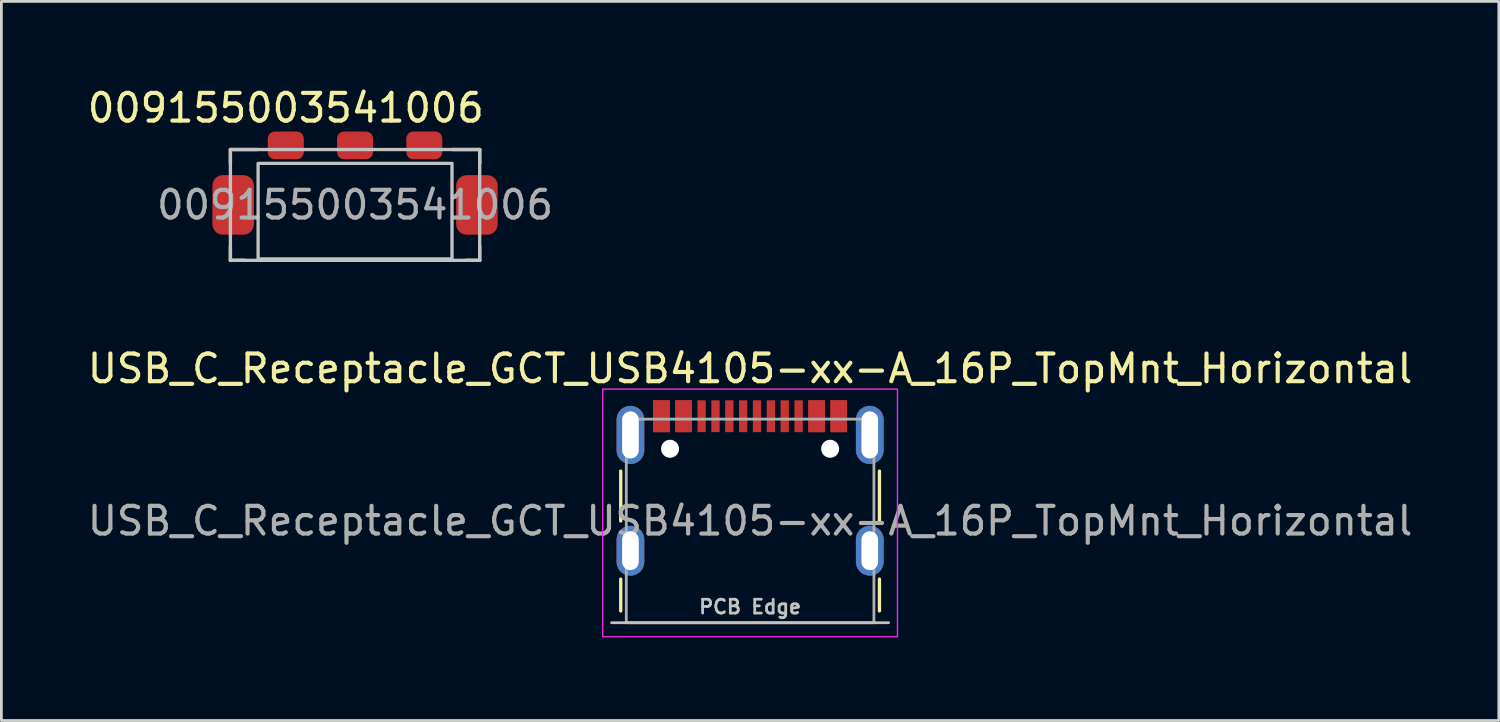
<source format=kicad_pcb>
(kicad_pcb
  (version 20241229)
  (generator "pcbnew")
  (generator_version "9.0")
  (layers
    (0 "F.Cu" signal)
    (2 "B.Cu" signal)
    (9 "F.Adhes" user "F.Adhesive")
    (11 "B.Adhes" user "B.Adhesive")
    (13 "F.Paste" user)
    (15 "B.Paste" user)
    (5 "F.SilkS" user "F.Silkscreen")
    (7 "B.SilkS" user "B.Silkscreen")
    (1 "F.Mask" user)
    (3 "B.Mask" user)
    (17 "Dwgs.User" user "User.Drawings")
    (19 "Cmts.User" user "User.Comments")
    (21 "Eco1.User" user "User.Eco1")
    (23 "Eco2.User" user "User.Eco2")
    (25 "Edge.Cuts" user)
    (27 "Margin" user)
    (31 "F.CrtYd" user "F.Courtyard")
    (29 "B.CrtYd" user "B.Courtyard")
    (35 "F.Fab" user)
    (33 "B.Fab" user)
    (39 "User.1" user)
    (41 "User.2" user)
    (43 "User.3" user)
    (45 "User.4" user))
  (footprint "USB_C_Receptacle_GCT_USB4105-xx-A_16P_TopMnt_Horizontal"
    (layer "F.Cu")
    (at 24.03 15.757)
    (property "Reference" "USB_C_Receptacle_GCT_USB4105-xx-A_16P_TopMnt_Horizontal" (at 0 -5.5 0) (unlocked yes) (layer "F.SilkS") (effects (font (size 1 1) (thickness 0.15))))
    (attr smd)
    (fp_line (start -4.67 0) (end -4.67 -1.8) (stroke (width 0.12) (type solid)) (layer "F.SilkS"))
    (fp_line (start -4.67 2.1) (end -4.67 3.25) (stroke (width 0.12) (type solid)) (layer "F.SilkS"))
    (fp_line (start 4.67 0) (end 4.67 -1.8) (stroke (width 0.12) (type solid)) (layer "F.SilkS"))
    (fp_line (start 4.67 2.1) (end 4.67 3.25) (stroke (width 0.12) (type solid)) (layer "F.SilkS"))
    (fp_line (start 5 3.675) (end -5 3.675) (stroke (width 0.1) (type solid)) (layer "Dwgs.User"))
    (fp_rect (start -5.32 -4.76) (end 5.32 4.18) (stroke (width 0.05) (type solid)) (fill no) (layer "F.CrtYd"))
    (fp_rect (start -4.47 -3.675) (end 4.47 3.675) (stroke (width 0.1) (type solid)) (fill no) (layer "F.Fab"))
    (fp_text user "PCB Edge" (at 0 3.1 0) (unlocked yes) (layer "Dwgs.User") (effects (font (size 0.5 0.5) (thickness 0.1))))
    (fp_text user "${REFERENCE}" (at 0 0 0) (unlocked yes) (layer "F.Fab") (effects (font (size 1 1) (thickness 0.15))))
    (pad "" np_thru_hole circle (at -2.89 -2.605) (size 0.65 0.65) (drill 0.65) (layers "*.Cu" "*.Mask"))
    (pad "" np_thru_hole circle (at 2.89 -2.605) (size 0.65 0.65) (drill 0.65) (layers "*.Cu" "*.Mask"))
    (pad "A1" smd rect (at -3.2 -3.78) (size 0.6 1.15) (layers "F.Cu" "F.Mask" "F.Paste"))
    (pad "A4" smd rect (at -2.4 -3.78) (size 0.6 1.15) (layers "F.Cu" "F.Mask" "F.Paste"))
    (pad "A5" smd rect (at -1.25 -3.78) (size 0.3 1.15) (layers "F.Cu" "F.Mask" "F.Paste"))
    (pad "A6" smd rect (at -0.25 -3.78) (size 0.3 1.15) (layers "F.Cu" "F.Mask" "F.Paste"))
    (pad "A7" smd rect (at 0.25 -3.78) (size 0.3 1.15) (layers "F.Cu" "F.Mask" "F.Paste"))
    (pad "A8" smd rect (at 1.25 -3.78) (size 0.3 1.15) (layers "F.Cu" "F.Mask" "F.Paste"))
    (pad "A9" smd rect (at 2.4 -3.78) (size 0.6 1.15) (layers "F.Cu" "F.Mask" "F.Paste"))
    (pad "A12" smd rect (at 3.2 -3.78) (size 0.6 1.15) (layers "F.Cu" "F.Mask" "F.Paste"))
    (pad "B1" smd rect (at 3.2 -3.78) (size 0.6 1.15) (layers "F.Cu" "F.Mask" "F.Paste"))
    (pad "B4" smd rect (at 2.4 -3.78) (size 0.6 1.15) (layers "F.Cu" "F.Mask" "F.Paste"))
    (pad "B5" smd rect (at 1.75 -3.78) (size 0.3 1.15) (layers "F.Cu" "F.Mask" "F.Paste"))
    (pad "B6" smd rect (at 0.75 -3.78) (size 0.3 1.15) (layers "F.Cu" "F.Mask" "F.Paste"))
    (pad "B7" smd rect (at -0.75 -3.78) (size 0.3 1.15) (layers "F.Cu" "F.Mask" "F.Paste"))
    (pad "B8" smd rect (at -1.75 -3.78) (size 0.3 1.15) (layers "F.Cu" "F.Mask" "F.Paste"))
    (pad "B9" smd rect (at -2.4 -3.78) (size 0.6 1.15) (layers "F.Cu" "F.Mask" "F.Paste"))
    (pad "B12" smd rect (at -3.2 -3.78) (size 0.6 1.15) (layers "F.Cu" "F.Mask" "F.Paste"))
    (pad "S1" thru_hole oval (at -4.32 -3.105) (size 1 2.1) (drill oval 0.6 1.7) (layers "*.Cu" "*.Mask"))
    (pad "S1" thru_hole oval (at -4.32 1.075) (size 1 1.8) (drill oval 0.6 1.4) (layers "*.Cu" "*.Mask"))
    (pad "S1" thru_hole oval (at 4.32 -3.105) (size 1 2.1) (drill oval 0.6 1.7) (layers "*.Cu" "*.Mask"))
    (pad "S1" thru_hole oval (at 4.32 1.075) (size 1 1.8) (drill oval 0.6 1.4) (layers "*.Cu" "*.Mask")))
  (footprint "009155003541006"
    (layer "F.Cu")
    (at 9.768 4.348)
    (property "Reference" "009155003541006" (at -2.5 -3.5 0) (unlocked yes) (layer "F.SilkS") (effects (font (size 1 1) (thickness 0.15))))
    (attr smd)
    (fp_line (start -4.5 -2) (end -3.5 -2) (stroke (width 0.12) (type solid)) (layer "F.SilkS"))
    (fp_line (start -4.5 -1.5) (end -4.5 -2) (stroke (width 0.12) (type solid)) (layer "F.SilkS"))
    (fp_line (start -4.5 1.5) (end -4.5 2) (stroke (width 0.12) (type solid)) (layer "F.SilkS"))
    (fp_line (start -4.5 2) (end -4 2) (stroke (width 0.12) (type solid)) (layer "F.SilkS"))
    (fp_line (start 3.5 -2) (end 4.5 -2) (stroke (width 0.12) (type solid)) (layer "F.SilkS"))
    (fp_line (start 4 2) (end 4.5 2) (stroke (width 0.12) (type solid)) (layer "F.SilkS"))
    (fp_line (start 4.5 -2) (end 4.5 -1.5) (stroke (width 0.12) (type solid)) (layer "F.SilkS"))
    (fp_line (start 4.5 2) (end 4.5 1.5) (stroke (width 0.12) (type solid)) (layer "F.SilkS"))
    (fp_rect (start -4.5 -2) (end 4.5 2) (stroke (width 0.12) (type solid)) (fill no) (layer "Dwgs.User"))
    (fp_rect (start -3.5 -1.5) (end 3.5 1.95) (stroke (width 0.12) (type solid)) (fill no) (layer "Dwgs.User"))
    (fp_text user "${REFERENCE}" (at 0 0 0) (unlocked yes) (layer "F.Fab") (effects (font (size 1 1) (thickness 0.15))))
    (pad "1" smd roundrect (at -2.5 -2.15) (size 1.3 1) (layers "F.Cu" "F.Mask" "F.Paste") (roundrect_rratio 0.25))
    (pad "2" smd roundrect (at 0 -2.15) (size 1.3 1) (layers "F.Cu" "F.Mask" "F.Paste") (roundrect_rratio 0.25))
    (pad "3" smd roundrect (at 2.5 -2.15) (size 1.3 1) (layers "F.Cu" "F.Mask" "F.Paste") (roundrect_rratio 0.25))
    (pad "4" smd roundrect (at -4.4 0) (size 1.5 2.15) (layers "F.Cu" "F.Mask" "F.Paste") (roundrect_rratio 0.25))
    (pad "5" smd roundrect (at 4.4 0) (size 1.5 2.15) (layers "F.Cu" "F.Mask" "F.Paste") (roundrect_rratio 0.25))
    (zone (net_name "") (layers "F.Cu" "Dwgs.User") (hatch edge 0.508) (connect_pads) (min_thickness 0.254) (filled_areas_thickness no) (keepout (tracks not_allowed) (vias not_allowed) (pads not_allowed) (copperpour not_allowed) (footprints allowed)) (placement (enabled no)) (fill) (polygon (pts (xy 6.268 2.848) (xy 13.268 2.848) (xy 13.268 6.298) (xy 6.268 6.298)))))
  (gr_rect
    (start -3 -3)
    (end 51.06 22.962)
    (stroke (width 0.1) (type default))
    (fill no)
    (layer "Edge.Cuts")))
</source>
